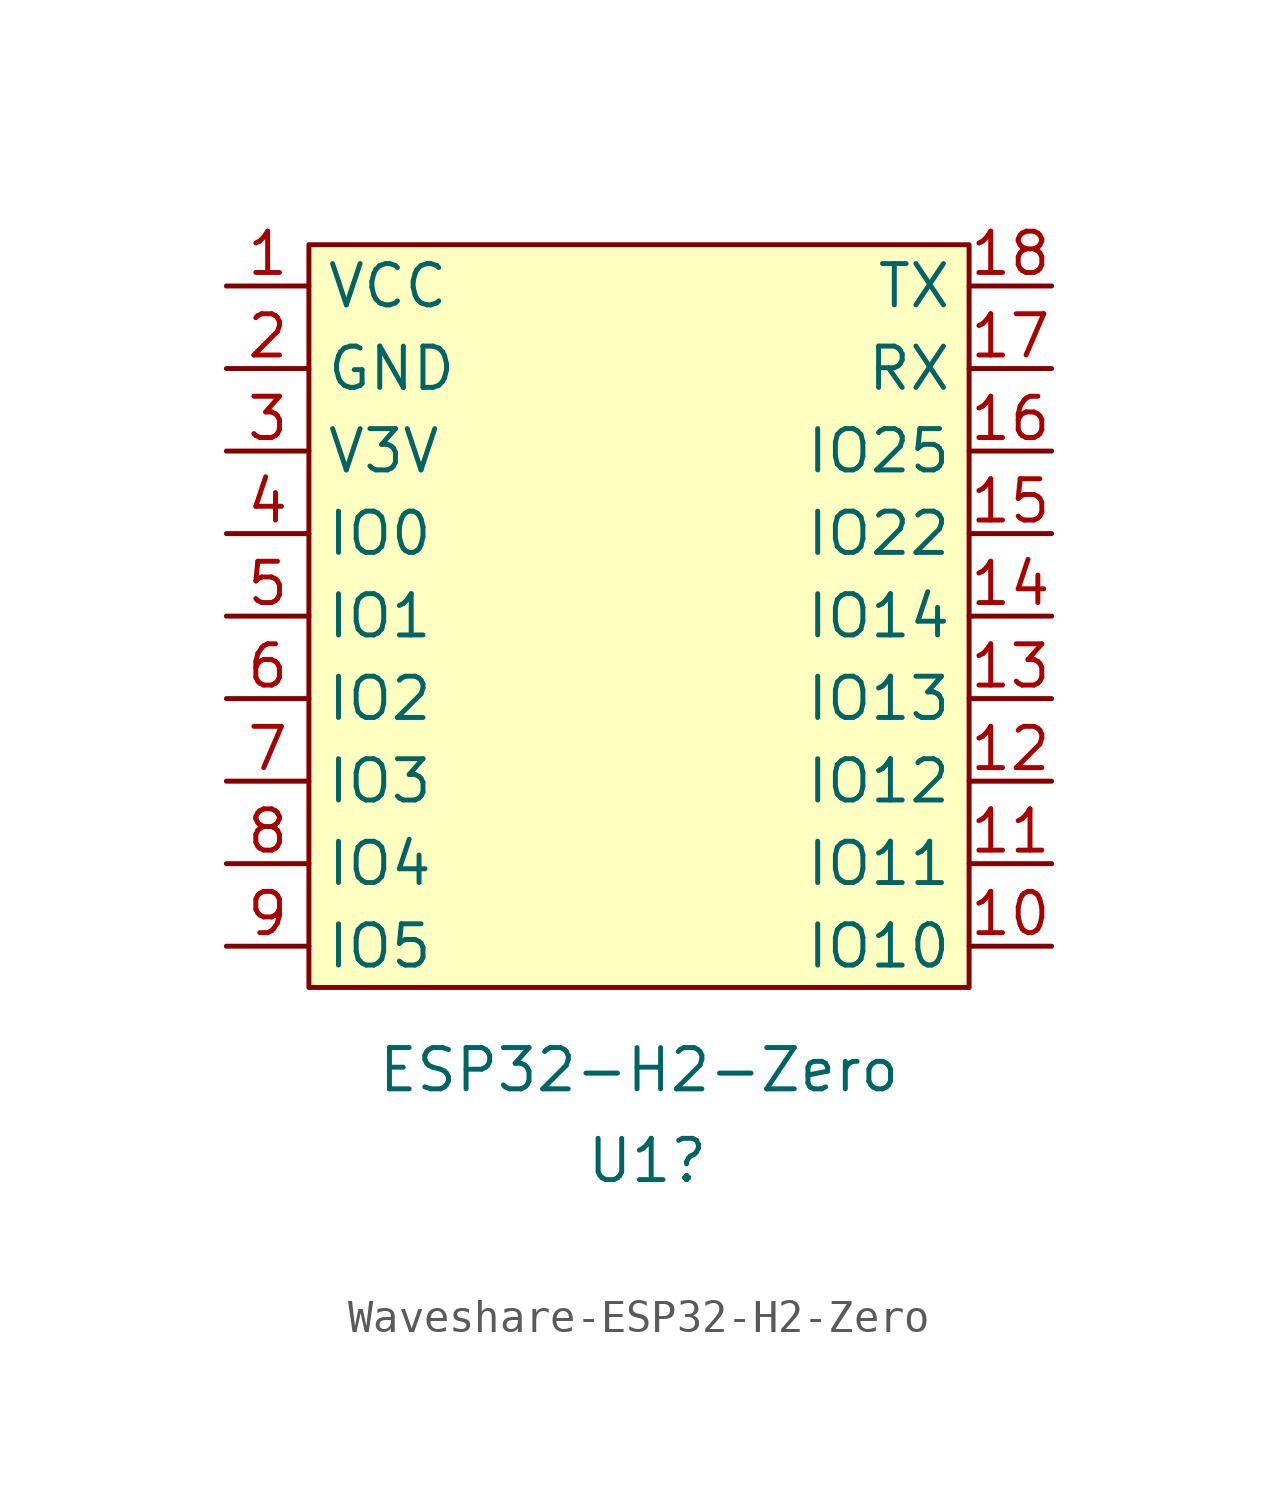
<source format=kicad_sym>
(kicad_symbol_lib
  (version 20241209)
  (generator "kicad_symbol_editor")
  (generator_version "9.0")
  (symbol "Waveshare-ESP32-H2-Zero"
    (property "Reference" "U1"
      (at 0.254 -16.764 0)
      (effects (font (size 1.27 1.27))))
    (property "Value" "ESP32-H2-Zero"
      (at 0 -13.97 0)
      (effects (font (size 1.27 1.27))))
    (symbol "Waveshare-ESP32-H2-Zero_1_1"
      (rectangle (start -10.16 11.43) (end 10.16 -11.43) (stroke (width 0) (type default)) (fill (type background)))
      (pin power_in line (at -12.7 10.16 0) (length 2.54) (name "VCC" (effects (font (size 1.27 1.27)))) (number "1" (effects (font (size 1.27 1.27)))))
      (pin power_in line (at -12.7 7.62 0) (length 2.54) (name "GND" (effects (font (size 1.27 1.27)))) (number "2" (effects (font (size 1.27 1.27)))))
      (pin power_out line (at -12.7 5.08 0) (length 2.54) (name "V3V" (effects (font (size 1.27 1.27)))) (number "3" (effects (font (size 1.27 1.27)))))
      (pin bidirectional line (at -12.7 2.54 0) (length 2.54) (name "IO0" (effects (font (size 1.27 1.27)))) (number "4" (effects (font (size 1.27 1.27)))))
      (pin bidirectional line (at -12.7 0 0) (length 2.54) (name "IO1" (effects (font (size 1.27 1.27)))) (number "5" (effects (font (size 1.27 1.27)))))
      (pin bidirectional line (at -12.7 -2.54 0) (length 2.54) (name "IO2" (effects (font (size 1.27 1.27)))) (number "6" (effects (font (size 1.27 1.27)))))
      (pin bidirectional line (at -12.7 -5.08 0) (length 2.54) (name "IO3" (effects (font (size 1.27 1.27)))) (number "7" (effects (font (size 1.27 1.27)))))
      (pin bidirectional line (at -12.7 -7.62 0) (length 2.54) (name "IO4" (effects (font (size 1.27 1.27)))) (number "8" (effects (font (size 1.27 1.27)))))
      (pin bidirectional line (at -12.7 -10.16 0) (length 2.54) (name "IO5" (effects (font (size 1.27 1.27)))) (number "9" (effects (font (size 1.27 1.27)))))
      (pin bidirectional line (at 12.7 10.16 180) (length 2.54) (name "TX" (effects (font (size 1.27 1.27)))) (number "18" (effects (font (size 1.27 1.27)))))
      (pin bidirectional line (at 12.7 7.62 180) (length 2.54) (name "RX" (effects (font (size 1.27 1.27)))) (number "17" (effects (font (size 1.27 1.27)))))
      (pin bidirectional line (at 12.7 5.08 180) (length 2.54) (name "IO25" (effects (font (size 1.27 1.27)))) (number "16" (effects (font (size 1.27 1.27)))))
      (pin bidirectional line (at 12.7 2.54 180) (length 2.54) (name "IO22" (effects (font (size 1.27 1.27)))) (number "15" (effects (font (size 1.27 1.27)))))
      (pin bidirectional line (at 12.7 0 180) (length 2.54) (name "IO14" (effects (font (size 1.27 1.27)))) (number "14" (effects (font (size 1.27 1.27)))))
      (pin bidirectional line (at 12.7 -2.54 180) (length 2.54) (name "IO13" (effects (font (size 1.27 1.27)))) (number "13" (effects (font (size 1.27 1.27)))))
      (pin bidirectional line (at 12.7 -5.08 180) (length 2.54) (name "IO12" (effects (font (size 1.27 1.27)))) (number "12" (effects (font (size 1.27 1.27)))))
      (pin bidirectional line (at 12.7 -7.62 180) (length 2.54) (name "IO11" (effects (font (size 1.27 1.27)))) (number "11" (effects (font (size 1.27 1.27)))))
      (pin bidirectional line (at 12.7 -10.16 180) (length 2.54) (name "IO10" (effects (font (size 1.27 1.27)))) (number "10" (effects (font (size 1.27 1.27))))))))
</source>
